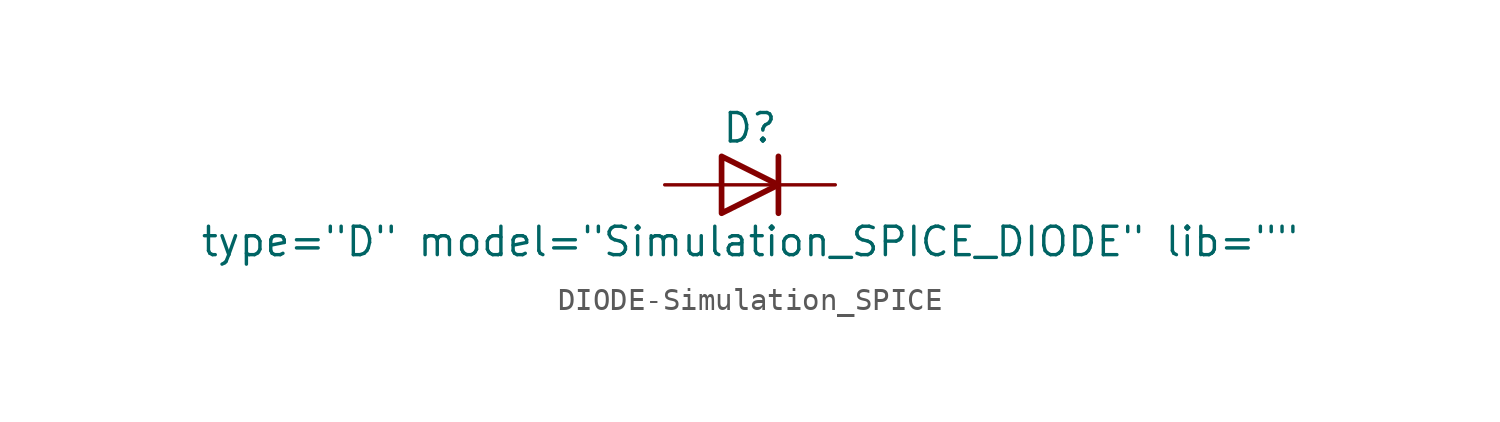
<source format=kicad_sym>
(kicad_symbol_lib
  (version 20231120)
  (generator "kicad_symbol_editor")
  (generator_version "8.0")
  (symbol "DIODE-Simulation_SPICE"
    (pin_numbers hide)
    (pin_names
      (offset 1.016) hide)
    (property "Reference" "D"
      (at 0 2.54 0)
      (effects (font (size 1.27 1.27))))
    (property "Value" "${SIM.PARAMS}"
      (at 0 -2.54 0)
      (effects (font (size 1.27 1.27))))
    (property "Sim.Params" "type=\"D\" model=\"Simulation_SPICE_DIODE\" lib=\"\""
      (at 0 0 0)
      (effects (font (size 1.27 1.27)) (hide yes)))
    (symbol "DIODE-Simulation_SPICE_0_1"
      (polyline (pts (xy 1.27 0) (xy -1.27 0)) (stroke (width 0) (type solid)) (fill (type none)))
      (polyline (pts (xy 1.27 1.27) (xy 1.27 -1.27)) (stroke (width 0.254) (type solid)) (fill (type none)))
      (polyline (pts (xy -1.27 -1.27) (xy -1.27 1.27) (xy 1.27 0) (xy -1.27 -1.27)) (stroke (width 0.254) (type solid)) (fill (type none))))
    (symbol "DIODE-Simulation_SPICE_1_1"
      (pin passive line (at -3.81 0 0) (length 2.54) (name "A" (effects (font (size 1.27 1.27)))) (number "1" (effects (font (size 1.27 1.27)))))
      (pin passive line (at 3.81 0 180) (length 2.54) (name "K" (effects (font (size 1.27 1.27)))) (number "2" (effects (font (size 1.27 1.27))))))))
</source>
